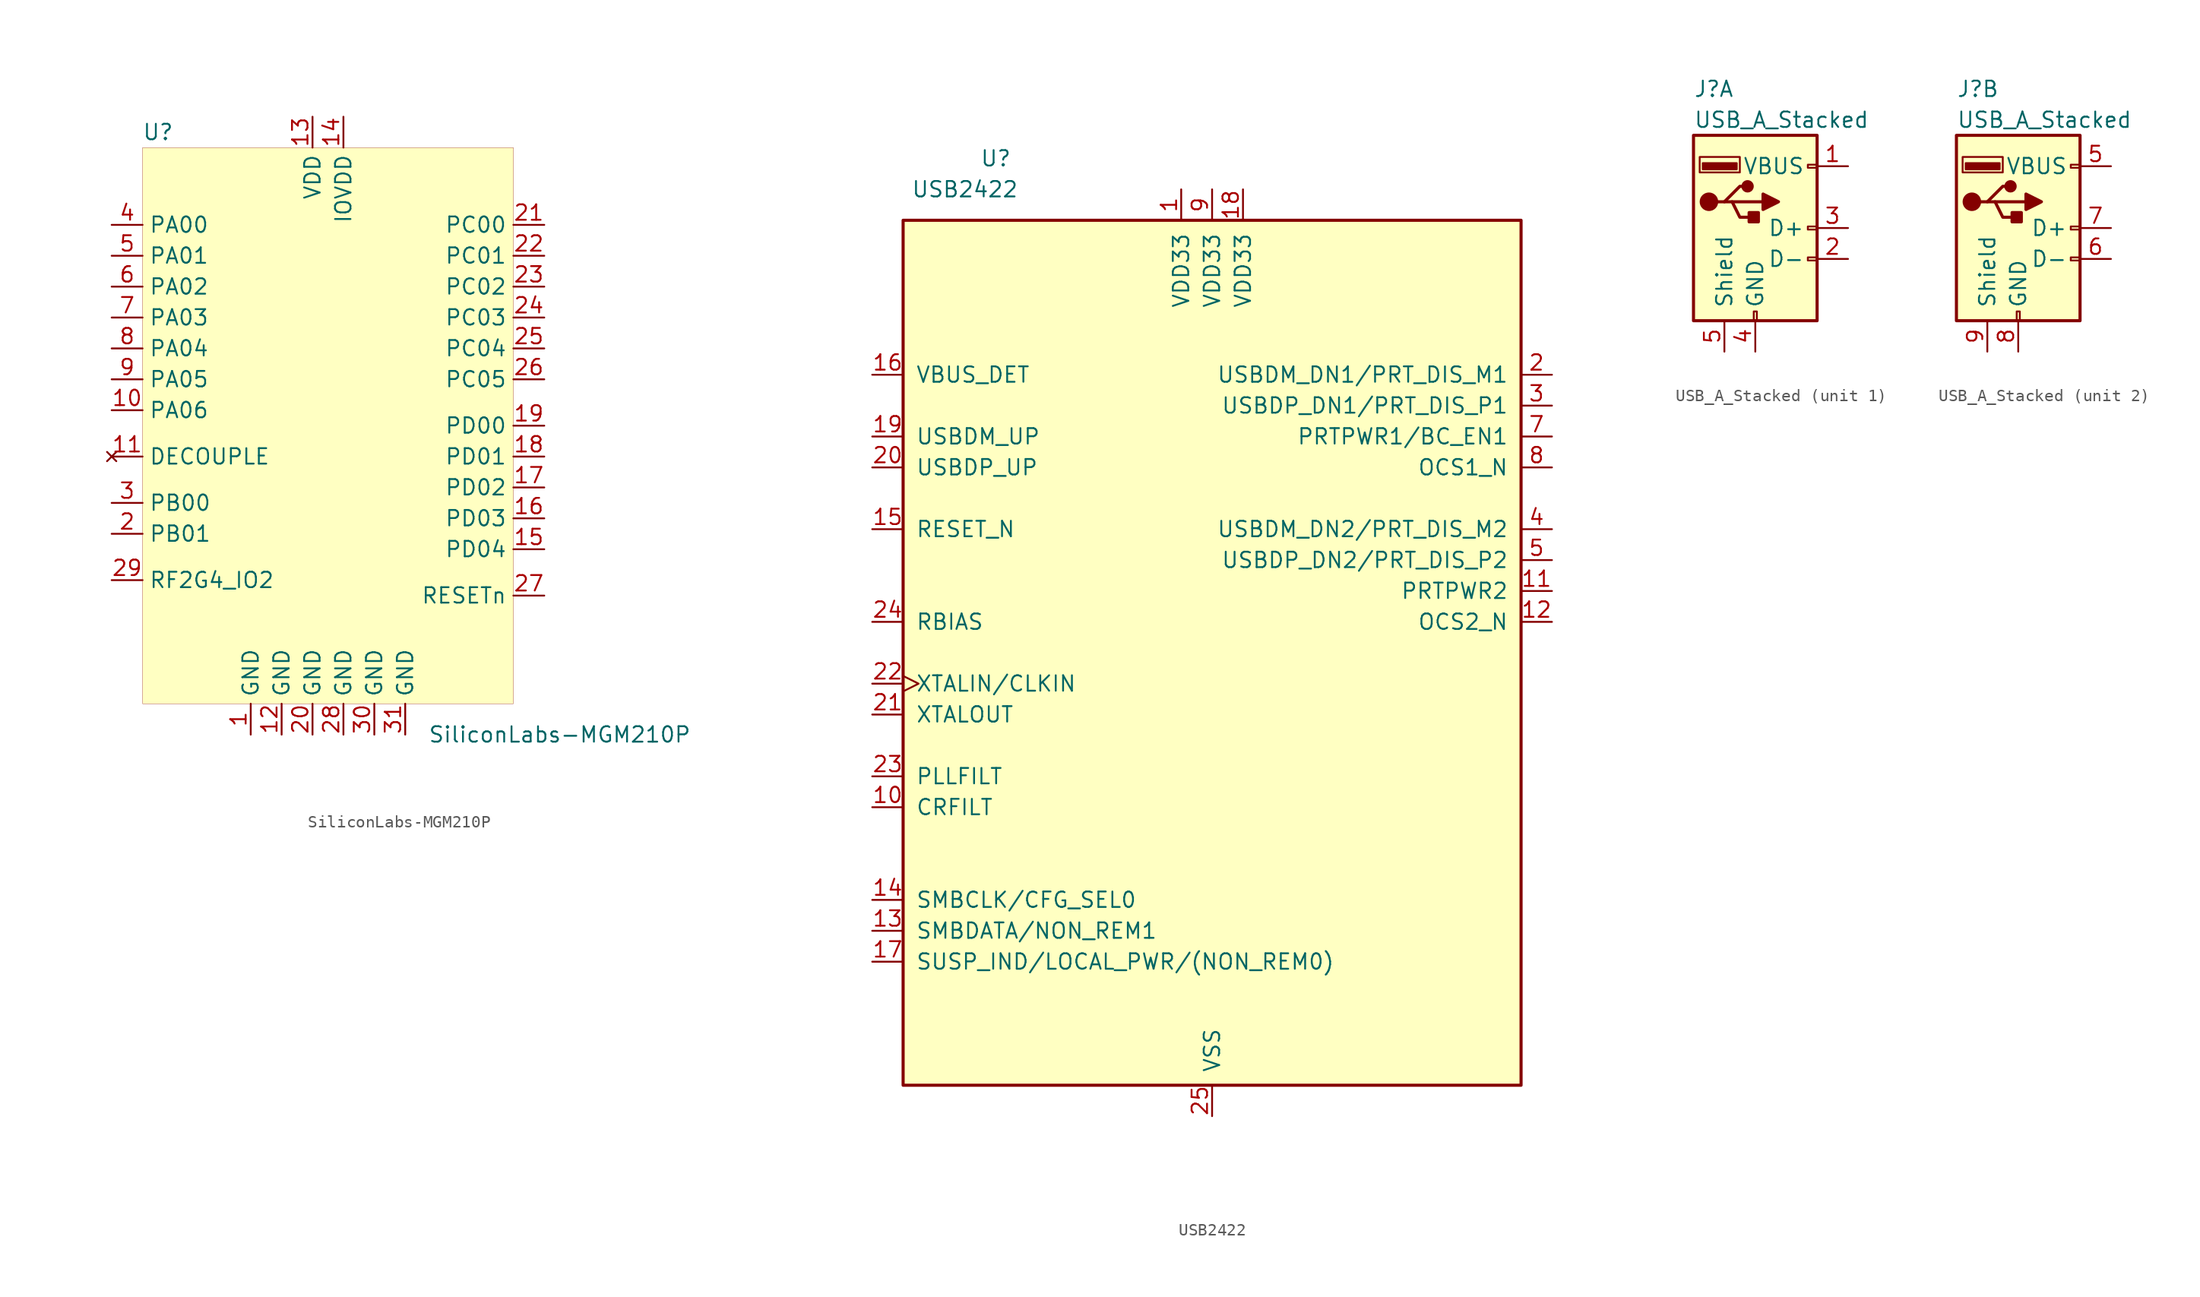
<source format=kicad_sym>
(kicad_symbol_lib
  (version 20201005)
  (generator kicad_symbol_editor)
  (symbol "LightBlue:SiliconLabs-MGM210P"
    (property "Reference" "U"
      (at -13.97 24.13 0)
      (effects (font (size 1.27 1.27))))
    (property "Value" "SiliconLabs-MGM210P"
      (at 19.05 -25.4 0)
      (effects (font (size 1.27 1.27))))
    (symbol "SiliconLabs-MGM210P_0_1"
      (rectangle (start -15.24 22.86) (end 15.24 -22.86) (stroke (width 0.001)) (fill (type background))))
    (symbol "SiliconLabs-MGM210P_1_1"
      (pin power_in line (at -6.35 -25.4 90) (length 2.54) (name "GND" (effects (font (size 1.27 1.27)))) (number "1" (effects (font (size 1.27 1.27)))))
      (pin power_in line (at -3.81 -25.4 90) (length 2.54) (name "GND" (effects (font (size 1.27 1.27)))) (number "12" (effects (font (size 1.27 1.27)))))
      (pin power_in line (at -1.27 -25.4 90) (length 2.54) (name "GND" (effects (font (size 1.27 1.27)))) (number "20" (effects (font (size 1.27 1.27)))))
      (pin power_in line (at 1.27 -25.4 90) (length 2.54) (name "GND" (effects (font (size 1.27 1.27)))) (number "28" (effects (font (size 1.27 1.27)))))
      (pin power_in line (at 3.81 -25.4 90) (length 2.54) (name "GND" (effects (font (size 1.27 1.27)))) (number "30" (effects (font (size 1.27 1.27)))))
      (pin power_in line (at 6.35 -25.4 90) (length 2.54) (name "GND" (effects (font (size 1.27 1.27)))) (number "31" (effects (font (size 1.27 1.27)))))
      (pin power_in line (at -1.27 25.4 270) (length 2.54) (name "VDD" (effects (font (size 1.27 1.27)))) (number "13" (effects (font (size 1.27 1.27)))))
      (pin power_in line (at 1.27 25.4 270) (length 2.54) (name "IOVDD" (effects (font (size 1.27 1.27)))) (number "14" (effects (font (size 1.27 1.27)))))
      (pin bidirectional line (at -17.78 16.51 0) (length 2.54) (name "PA00" (effects (font (size 1.27 1.27)))) (number "4" (effects (font (size 1.27 1.27)))))
      (pin bidirectional line (at -17.78 13.97 0) (length 2.54) (name "PA01" (effects (font (size 1.27 1.27)))) (number "5" (effects (font (size 1.27 1.27)))))
      (pin bidirectional line (at -17.78 11.43 0) (length 2.54) (name "PA02" (effects (font (size 1.27 1.27)))) (number "6" (effects (font (size 1.27 1.27)))))
      (pin bidirectional line (at -17.78 8.89 0) (length 2.54) (name "PA03" (effects (font (size 1.27 1.27)))) (number "7" (effects (font (size 1.27 1.27)))))
      (pin bidirectional line (at -17.78 6.35 0) (length 2.54) (name "PA04" (effects (font (size 1.27 1.27)))) (number "8" (effects (font (size 1.27 1.27)))))
      (pin bidirectional line (at -17.78 3.81 0) (length 2.54) (name "PA05" (effects (font (size 1.27 1.27)))) (number "9" (effects (font (size 1.27 1.27)))))
      (pin bidirectional line (at -17.78 1.27 0) (length 2.54) (name "PA06" (effects (font (size 1.27 1.27)))) (number "10" (effects (font (size 1.27 1.27)))))
      (pin unconnected line (at -17.78 -2.54 0) (length 2.54) (name "DECOUPLE" (effects (font (size 1.27 1.27)))) (number "11" (effects (font (size 1.27 1.27)))))
      (pin bidirectional line (at -17.78 -6.35 0) (length 2.54) (name "PB00" (effects (font (size 1.27 1.27)))) (number "3" (effects (font (size 1.27 1.27)))))
      (pin bidirectional line (at -17.78 -8.89 0) (length 2.54) (name "PB01" (effects (font (size 1.27 1.27)))) (number "2" (effects (font (size 1.27 1.27)))))
      (pin bidirectional line (at 17.78 16.51 180) (length 2.54) (name "PC00" (effects (font (size 1.27 1.27)))) (number "21" (effects (font (size 1.27 1.27)))))
      (pin bidirectional line (at 17.78 13.97 180) (length 2.54) (name "PC01" (effects (font (size 1.27 1.27)))) (number "22" (effects (font (size 1.27 1.27)))))
      (pin bidirectional line (at 17.78 11.43 180) (length 2.54) (name "PC02" (effects (font (size 1.27 1.27)))) (number "23" (effects (font (size 1.27 1.27)))))
      (pin bidirectional line (at 17.78 8.89 180) (length 2.54) (name "PC03" (effects (font (size 1.27 1.27)))) (number "24" (effects (font (size 1.27 1.27)))))
      (pin bidirectional line (at 17.78 6.35 180) (length 2.54) (name "PC04" (effects (font (size 1.27 1.27)))) (number "25" (effects (font (size 1.27 1.27)))))
      (pin bidirectional line (at 17.78 3.81 180) (length 2.54) (name "PC05" (effects (font (size 1.27 1.27)))) (number "26" (effects (font (size 1.27 1.27)))))
      (pin bidirectional line (at 17.78 -13.97 180) (length 2.54) (name "RESETn" (effects (font (size 1.27 1.27)))) (number "27" (effects (font (size 1.27 1.27)))))
      (pin input line (at -17.78 -12.7 0) (length 2.54) (name "RF2G4_IO2" (effects (font (size 1.27 1.27)))) (number "29" (effects (font (size 1.27 1.27)))))
      (pin bidirectional line (at 17.78 0 180) (length 2.54) (name "PD00" (effects (font (size 1.27 1.27)))) (number "19" (effects (font (size 1.27 1.27)))))
      (pin bidirectional line (at 17.78 -2.54 180) (length 2.54) (name "PD01" (effects (font (size 1.27 1.27)))) (number "18" (effects (font (size 1.27 1.27)))))
      (pin bidirectional line (at 17.78 -5.08 180) (length 2.54) (name "PD02" (effects (font (size 1.27 1.27)))) (number "17" (effects (font (size 1.27 1.27)))))
      (pin bidirectional line (at 17.78 -7.62 180) (length 2.54) (name "PD03" (effects (font (size 1.27 1.27)))) (number "16" (effects (font (size 1.27 1.27)))))
      (pin bidirectional line (at 17.78 -10.16 180) (length 2.54) (name "PD04" (effects (font (size 1.27 1.27)))) (number "15" (effects (font (size 1.27 1.27)))))))
  (symbol "LightBlue:USB2422"
    (pin_names
      (offset 1.016))
    (property "Reference" "U"
      (at -17.78 40.64 0)
      (effects (font (size 1.27 1.27))))
    (property "Value" "USB2422"
      (at -20.32 38.1 0)
      (effects (font (size 1.27 1.27))))
    (symbol "USB2422_0_1"
      (rectangle (start -25.4 35.56) (end 25.4 -35.56) (stroke (width 0.254)) (fill (type background))))
    (symbol "USB2422_1_1"
      (pin bidirectional line (at 27.94 22.86 180) (length 2.54) (name "USBDM_DN1/PRT_DIS_M1" (effects (font (size 1.27 1.27)))) (number "2" (effects (font (size 1.27 1.27)))))
      (pin bidirectional line (at 27.94 17.78 180) (length 2.54) (name "PRTPWR1/BC_EN1" (effects (font (size 1.27 1.27)))) (number "7" (effects (font (size 1.27 1.27)))))
      (pin input line (at 27.94 15.24 180) (length 2.54) (name "OCS1_N" (effects (font (size 1.27 1.27)))) (number "8" (effects (font (size 1.27 1.27)))))
      (pin input line (at -27.94 -12.7 0) (length 2.54) (name "CRFILT" (effects (font (size 1.27 1.27)))) (number "10" (effects (font (size 1.27 1.27)))))
      (pin power_in line (at -2.54 38.1 270) (length 2.54) (name "VDD33" (effects (font (size 1.27 1.27)))) (number "1" (effects (font (size 1.27 1.27)))))
      (pin bidirectional line (at 27.94 5.08 180) (length 2.54) (name "PRTPWR2" (effects (font (size 1.27 1.27)))) (number "11" (effects (font (size 1.27 1.27)))))
      (pin input line (at 27.94 2.54 180) (length 2.54) (name "OCS2_N" (effects (font (size 1.27 1.27)))) (number "12" (effects (font (size 1.27 1.27)))))
      (pin bidirectional line (at 27.94 20.32 180) (length 2.54) (name "USBDP_DN1/PRT_DIS_P1" (effects (font (size 1.27 1.27)))) (number "3" (effects (font (size 1.27 1.27)))))
      (pin bidirectional line (at -27.94 -22.86 0) (length 2.54) (name "SMBDATA/NON_REM1" (effects (font (size 1.27 1.27)))) (number "13" (effects (font (size 1.27 1.27)))))
      (pin power_in line (at 0 38.1 270) (length 2.54) (name "VDD33" (effects (font (size 1.27 1.27)))) (number "9" (effects (font (size 1.27 1.27)))))
      (pin bidirectional line (at -27.94 -20.32 0) (length 2.54) (name "SMBCLK/CFG_SEL0" (effects (font (size 1.27 1.27)))) (number "14" (effects (font (size 1.27 1.27)))))
      (pin input line (at -27.94 10.16 0) (length 2.54) (name "RESET_N" (effects (font (size 1.27 1.27)))) (number "15" (effects (font (size 1.27 1.27)))))
      (pin input line (at -27.94 22.86 0) (length 2.54) (name "VBUS_DET" (effects (font (size 1.27 1.27)))) (number "16" (effects (font (size 1.27 1.27)))))
      (pin bidirectional line (at -27.94 -25.4 0) (length 2.54) (name "SUSP_IND/LOCAL_PWR/(NON_REM0)" (effects (font (size 1.27 1.27)))) (number "17" (effects (font (size 1.27 1.27)))))
      (pin bidirectional line (at 27.94 10.16 180) (length 2.54) (name "USBDM_DN2/PRT_DIS_M2" (effects (font (size 1.27 1.27)))) (number "4" (effects (font (size 1.27 1.27)))))
      (pin bidirectional line (at -27.94 17.78 0) (length 2.54) (name "USBDM_UP" (effects (font (size 1.27 1.27)))) (number "19" (effects (font (size 1.27 1.27)))))
      (pin bidirectional line (at -27.94 15.24 0) (length 2.54) (name "USBDP_UP" (effects (font (size 1.27 1.27)))) (number "20" (effects (font (size 1.27 1.27)))))
      (pin output line (at -27.94 -5.08 0) (length 2.54) (name "XTALOUT" (effects (font (size 1.27 1.27)))) (number "21" (effects (font (size 1.27 1.27)))))
      (pin input clock (at -27.94 -2.54 0) (length 2.54) (name "XTALIN/CLKIN" (effects (font (size 1.27 1.27)))) (number "22" (effects (font (size 1.27 1.27)))))
      (pin input line (at -27.94 -10.16 0) (length 2.54) (name "PLLFILT" (effects (font (size 1.27 1.27)))) (number "23" (effects (font (size 1.27 1.27)))))
      (pin input line (at -27.94 2.54 0) (length 2.54) (name "RBIAS" (effects (font (size 1.27 1.27)))) (number "24" (effects (font (size 1.27 1.27)))))
      (pin power_in line (at 0 -38.1 90) (length 2.54) (name "VSS" (effects (font (size 1.27 1.27)))) (number "25" (effects (font (size 1.27 1.27)))))
      (pin bidirectional line (at 27.94 7.62 180) (length 2.54) (name "USBDP_DN2/PRT_DIS_P2" (effects (font (size 1.27 1.27)))) (number "5" (effects (font (size 1.27 1.27)))))
      (pin power_in line (at 2.54 38.1 270) (length 2.54) (name "VDD33" (effects (font (size 1.27 1.27)))) (number "18" (effects (font (size 1.27 1.27)))))))
  (symbol "LightBlue:USB_A_Stacked"
    (pin_names
      (offset 1.016))
    (property "Reference" "J"
      (at -5.08 11.43 0)
      (effects (font (size 1.27 1.27)) (justify left)))
    (property "Value" "USB_A_Stacked"
      (at -5.08 8.89 0)
      (effects (font (size 1.27 1.27)) (justify left)))
    (symbol "USB_A_Stacked_0_1"
      (circle (center -3.81 2.159) (radius 0.635) (stroke (width 0.254)) (fill (type outline)))
      (circle (center -0.635 3.429) (radius 0.381) (stroke (width 0.254)) (fill (type outline)))
      (rectangle (start -5.08 -7.62) (end 5.08 7.62) (stroke (width 0.254)) (fill (type background)))
      (rectangle (start -1.524 4.826) (end -4.318 5.334) (stroke (width 0)) (fill (type outline)))
      (rectangle (start -1.27 4.572) (end -4.572 5.842) (stroke (width 0)) (fill (type none)))
      (rectangle (start -0.127 -7.62) (end 0.127 -6.858) (stroke (width 0)) (fill (type none)))
      (rectangle (start 0.254 1.27) (end -0.508 0.508) (stroke (width 0.254)) (fill (type outline)))
      (rectangle (start 5.08 -2.667) (end 4.318 -2.413) (stroke (width 0)) (fill (type none)))
      (rectangle (start 5.08 -0.127) (end 4.318 0.127) (stroke (width 0)) (fill (type none)))
      (rectangle (start 5.08 4.953) (end 4.318 5.207) (stroke (width 0)) (fill (type none)))
      (polyline (pts (xy -3.175 2.159) (xy -2.54 2.159) (xy -1.27 3.429) (xy -0.635 3.429)) (stroke (width 0.254)) (fill (type none)))
      (polyline (pts (xy -2.54 2.159) (xy -1.905 2.159) (xy -1.27 0.889) (xy 0 0.889)) (stroke (width 0.254)) (fill (type none)))
      (polyline (pts (xy 0.635 2.794) (xy 0.635 1.524) (xy 1.905 2.159) (xy 0.635 2.794)) (stroke (width 0.254)) (fill (type outline))))
    (symbol "USB_A_Stacked_1_1"
      (polyline (pts (xy -1.905 2.159) (xy 0.635 2.159)) (stroke (width 0.254)) (fill (type none)))
      (pin power_in line (at 7.62 5.08 180) (length 2.54) (name "VBUS" (effects (font (size 1.27 1.27)))) (number "1" (effects (font (size 1.27 1.27)))))
      (pin bidirectional line (at 7.62 -2.54 180) (length 2.54) (name "D-" (effects (font (size 1.27 1.27)))) (number "2" (effects (font (size 1.27 1.27)))))
      (pin bidirectional line (at 7.62 0 180) (length 2.54) (name "D+" (effects (font (size 1.27 1.27)))) (number "3" (effects (font (size 1.27 1.27)))))
      (pin power_in line (at 0 -10.16 90) (length 2.54) (name "GND" (effects (font (size 1.27 1.27)))) (number "4" (effects (font (size 1.27 1.27)))))
      (pin passive line (at -2.54 -10.16 90) (length 2.54) (name "Shield" (effects (font (size 1.27 1.27)))) (number "5" (effects (font (size 1.27 1.27))))))
    (symbol "USB_A_Stacked_2_1"
      (polyline (pts (xy -1.905 2.159) (xy 0.635 2.159)) (stroke (width 0.254)) (fill (type none)))
      (pin power_in line (at 7.62 5.08 180) (length 2.54) (name "VBUS" (effects (font (size 1.27 1.27)))) (number "5" (effects (font (size 1.27 1.27)))))
      (pin bidirectional line (at 7.62 -2.54 180) (length 2.54) (name "D-" (effects (font (size 1.27 1.27)))) (number "6" (effects (font (size 1.27 1.27)))))
      (pin bidirectional line (at 7.62 0 180) (length 2.54) (name "D+" (effects (font (size 1.27 1.27)))) (number "7" (effects (font (size 1.27 1.27)))))
      (pin power_in line (at 0 -10.16 90) (length 2.54) (name "GND" (effects (font (size 1.27 1.27)))) (number "8" (effects (font (size 1.27 1.27)))))
      (pin passive line (at -2.54 -10.16 90) (length 2.54) (name "Shield" (effects (font (size 1.27 1.27)))) (number "9" (effects (font (size 1.27 1.27))))))))
</source>
